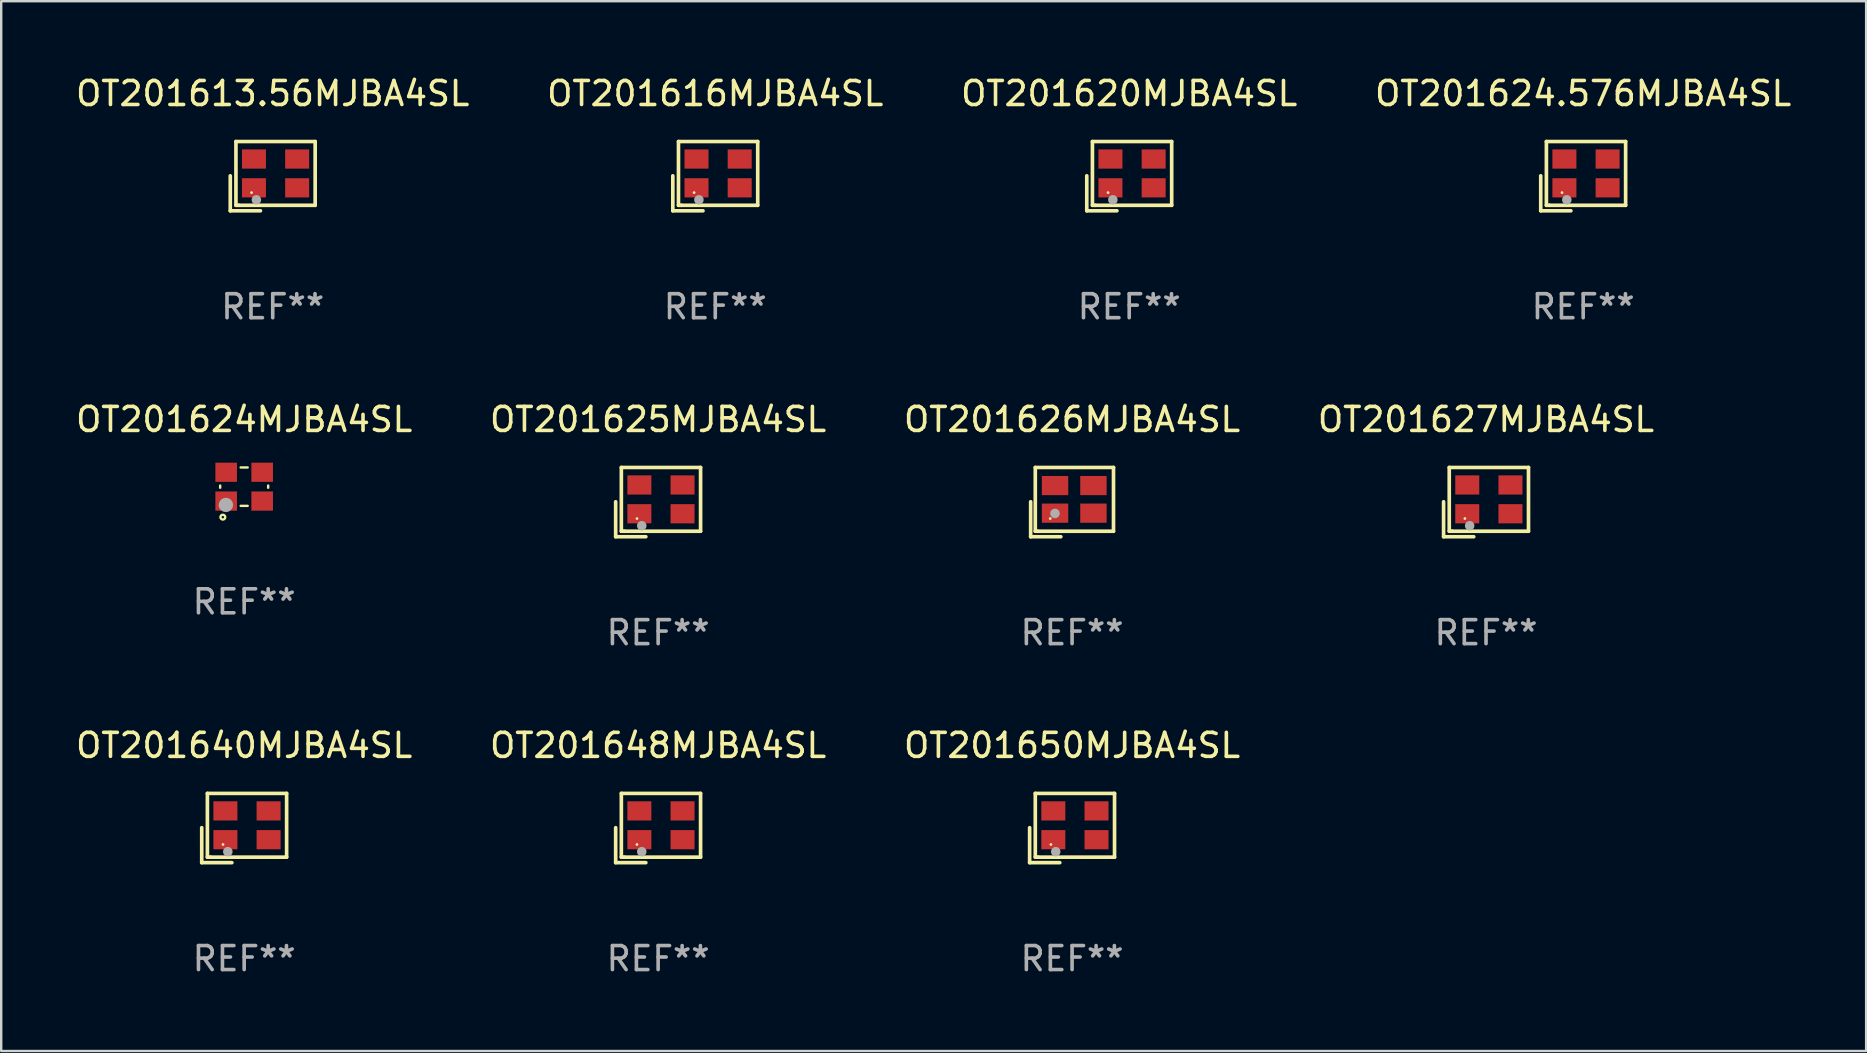
<source format=kicad_pcb>
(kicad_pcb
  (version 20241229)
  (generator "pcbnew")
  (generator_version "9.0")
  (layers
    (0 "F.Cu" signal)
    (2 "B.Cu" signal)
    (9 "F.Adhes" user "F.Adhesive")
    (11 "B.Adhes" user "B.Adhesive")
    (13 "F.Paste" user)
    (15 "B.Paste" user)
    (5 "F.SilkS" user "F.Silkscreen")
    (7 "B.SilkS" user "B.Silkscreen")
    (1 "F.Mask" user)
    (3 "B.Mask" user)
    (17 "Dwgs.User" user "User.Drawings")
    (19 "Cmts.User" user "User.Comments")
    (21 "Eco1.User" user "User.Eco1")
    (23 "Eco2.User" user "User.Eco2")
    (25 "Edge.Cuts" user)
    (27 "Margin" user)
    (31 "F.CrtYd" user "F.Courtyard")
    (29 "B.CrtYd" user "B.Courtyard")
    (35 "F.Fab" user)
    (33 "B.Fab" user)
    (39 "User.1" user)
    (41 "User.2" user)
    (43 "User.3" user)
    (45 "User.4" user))
  (footprint "OT201626MJBA4SL"
    (layer "F.Cu")
    (at 41.625 17.873)
    (property "Reference" "OT201626MJBA4SL" (at 0 -3.443 0) (layer "F.SilkS") (effects (font (size 1 1) (thickness 0.15))))
    (attr through_hole)
    (fp_line (start -1.726 -0.015) (end -1.726 1.443) (stroke (width 0.152) (type solid)) (layer "F.SilkS"))
    (fp_line (start -1.726 1.443) (end -0.469 1.443) (stroke (width 0.152) (type solid)) (layer "F.SilkS"))
    (fp_line (start -1.533 -1.443) (end 1.726 -1.443) (stroke (width 0.152) (type solid)) (layer "F.SilkS"))
    (fp_line (start -1.533 1.214) (end -1.533 -1.443) (stroke (width 0.152) (type solid)) (layer "F.SilkS"))
    (fp_line (start -1.439 1.214) (end -1.533 1.214) (stroke (width 0.152) (type solid)) (layer "F.SilkS"))
    (fp_line (start 1.726 -1.443) (end 1.726 1.214) (stroke (width 0.152) (type solid)) (layer "F.SilkS"))
    (fp_line (start 1.726 1.214) (end -1.439 1.214) (stroke (width 0.152) (type solid)) (layer "F.SilkS"))
    (fp_circle (center -0.91 0.686) (end -0.88 0.686) (stroke (width 0.06) (type solid)) (fill no) (layer "F.SilkS"))
    (fp_circle (center -0.713 0.472) (end -0.613 0.472) (stroke (width 0.2) (type solid)) (fill no) (layer "F.Fab"))
    (fp_text user "REF**" (at 0 5.443 0) (layer "F.Fab") (effects (font (size 1 1) (thickness 0.15))))
    (pad "1" smd rect (at -0.71 0.461) (size 1.1 0.8) (layers "F.Cu" "F.Mask" "F.Paste"))
    (pad "2" smd rect (at 0.89 0.461) (size 1.1 0.8) (layers "F.Cu" "F.Mask" "F.Paste"))
    (pad "3" smd rect (at 0.89 -0.689) (size 1.1 0.8) (layers "F.Cu" "F.Mask" "F.Paste"))
    (pad "4" smd rect (at -0.71 -0.689) (size 1.1 0.8) (layers "F.Cu" "F.Mask" "F.Paste")))
  (footprint "OT201625MJBA4SL"
    (layer "F.Cu")
    (at 24.375 17.873)
    (property "Reference" "OT201625MJBA4SL" (at 0 -3.443 0) (layer "F.SilkS") (effects (font (size 1 1) (thickness 0.15))))
    (attr through_hole)
    (fp_line (start -1.769 -0.014) (end -1.769 1.443) (stroke (width 0.152) (type solid)) (layer "F.SilkS"))
    (fp_line (start -1.769 1.443) (end -0.512 1.443) (stroke (width 0.152) (type solid)) (layer "F.SilkS"))
    (fp_line (start -1.533 -1.443) (end 1.769 -1.443) (stroke (width 0.152) (type solid)) (layer "F.SilkS"))
    (fp_line (start -1.533 1.214) (end -1.533 -1.443) (stroke (width 0.152) (type solid)) (layer "F.SilkS"))
    (fp_line (start -1.411 1.214) (end -1.533 1.214) (stroke (width 0.152) (type solid)) (layer "F.SilkS"))
    (fp_line (start 1.769 -1.443) (end 1.769 1.214) (stroke (width 0.152) (type solid)) (layer "F.SilkS"))
    (fp_line (start 1.769 1.214) (end -1.411 1.214) (stroke (width 0.152) (type solid)) (layer "F.SilkS"))
    (fp_circle (center -0.882 0.686) (end -0.852 0.686) (stroke (width 0.06) (type solid)) (fill no) (layer "F.SilkS"))
    (fp_circle (center -0.682 0.986) (end -0.582 0.986) (stroke (width 0.2) (type solid)) (fill no) (layer "F.Fab"))
    (fp_text user "REF**" (at 0 5.443 0) (layer "F.Fab") (effects (font (size 1 1) (thickness 0.15))))
    (pad "1" smd rect (at -0.782 0.486 90) (size 0.8 1) (layers "F.Cu" "F.Mask" "F.Paste"))
    (pad "2" smd rect (at 1.018 0.486 90) (size 0.8 1) (layers "F.Cu" "F.Mask" "F.Paste"))
    (pad "3" smd rect (at 1.018 -0.714 90) (size 0.8 1) (layers "F.Cu" "F.Mask" "F.Paste"))
    (pad "4" smd rect (at -0.782 -0.714 90) (size 0.8 1) (layers "F.Cu" "F.Mask" "F.Paste")))
  (footprint "OT201627MJBA4SL"
    (layer "F.Cu")
    (at 58.875 17.873)
    (property "Reference" "OT201627MJBA4SL" (at 0 -3.443 0) (layer "F.SilkS") (effects (font (size 1 1) (thickness 0.15))))
    (attr through_hole)
    (fp_line (start -1.769 -0.014) (end -1.769 1.443) (stroke (width 0.152) (type solid)) (layer "F.SilkS"))
    (fp_line (start -1.769 1.443) (end -0.512 1.443) (stroke (width 0.152) (type solid)) (layer "F.SilkS"))
    (fp_line (start -1.533 -1.443) (end 1.769 -1.443) (stroke (width 0.152) (type solid)) (layer "F.SilkS"))
    (fp_line (start -1.533 1.214) (end -1.533 -1.443) (stroke (width 0.152) (type solid)) (layer "F.SilkS"))
    (fp_line (start -1.411 1.214) (end -1.533 1.214) (stroke (width 0.152) (type solid)) (layer "F.SilkS"))
    (fp_line (start 1.769 -1.443) (end 1.769 1.214) (stroke (width 0.152) (type solid)) (layer "F.SilkS"))
    (fp_line (start 1.769 1.214) (end -1.411 1.214) (stroke (width 0.152) (type solid)) (layer "F.SilkS"))
    (fp_circle (center -0.882 0.686) (end -0.852 0.686) (stroke (width 0.06) (type solid)) (fill no) (layer "F.SilkS"))
    (fp_circle (center -0.682 0.986) (end -0.582 0.986) (stroke (width 0.2) (type solid)) (fill no) (layer "F.Fab"))
    (fp_text user "REF**" (at 0 5.443 0) (layer "F.Fab") (effects (font (size 1 1) (thickness 0.15))))
    (pad "1" smd rect (at -0.782 0.486 90) (size 0.8 1) (layers "F.Cu" "F.Mask" "F.Paste"))
    (pad "2" smd rect (at 1.018 0.486 90) (size 0.8 1) (layers "F.Cu" "F.Mask" "F.Paste"))
    (pad "3" smd rect (at 1.018 -0.714 90) (size 0.8 1) (layers "F.Cu" "F.Mask" "F.Paste"))
    (pad "4" smd rect (at -0.782 -0.714 90) (size 0.8 1) (layers "F.Cu" "F.Mask" "F.Paste")))
  (footprint "OT201624.576MJBA4SL"
    (layer "F.Cu")
    (at 62.923 4.291)
    (property "Reference" "OT201624.576MJBA4SL" (at 0 -3.443 0) (layer "F.SilkS") (effects (font (size 1 1) (thickness 0.15))))
    (attr through_hole)
    (fp_line (start -1.769 -0.014) (end -1.769 1.443) (stroke (width 0.152) (type solid)) (layer "F.SilkS"))
    (fp_line (start -1.769 1.443) (end -0.512 1.443) (stroke (width 0.152) (type solid)) (layer "F.SilkS"))
    (fp_line (start -1.533 -1.443) (end 1.769 -1.443) (stroke (width 0.152) (type solid)) (layer "F.SilkS"))
    (fp_line (start -1.533 1.214) (end -1.533 -1.443) (stroke (width 0.152) (type solid)) (layer "F.SilkS"))
    (fp_line (start -1.411 1.214) (end -1.533 1.214) (stroke (width 0.152) (type solid)) (layer "F.SilkS"))
    (fp_line (start 1.769 -1.443) (end 1.769 1.214) (stroke (width 0.152) (type solid)) (layer "F.SilkS"))
    (fp_line (start 1.769 1.214) (end -1.411 1.214) (stroke (width 0.152) (type solid)) (layer "F.SilkS"))
    (fp_circle (center -0.882 0.686) (end -0.852 0.686) (stroke (width 0.06) (type solid)) (fill no) (layer "F.SilkS"))
    (fp_circle (center -0.682 0.986) (end -0.582 0.986) (stroke (width 0.2) (type solid)) (fill no) (layer "F.Fab"))
    (fp_text user "REF**" (at 0 5.443 0) (layer "F.Fab") (effects (font (size 1 1) (thickness 0.15))))
    (pad "1" smd rect (at -0.782 0.486 90) (size 0.8 1) (layers "F.Cu" "F.Mask" "F.Paste"))
    (pad "2" smd rect (at 1.018 0.486 90) (size 0.8 1) (layers "F.Cu" "F.Mask" "F.Paste"))
    (pad "3" smd rect (at 1.018 -0.714 90) (size 0.8 1) (layers "F.Cu" "F.Mask" "F.Paste"))
    (pad "4" smd rect (at -0.782 -0.714 90) (size 0.8 1) (layers "F.Cu" "F.Mask" "F.Paste")))
  (footprint "OT201624MJBA4SL"
    (layer "F.Cu")
    (at 7.125 17.23)
    (property "Reference" "OT201624MJBA4SL" (at 0 -2.8 0) (layer "F.SilkS") (effects (font (size 1 1) (thickness 0.15))))
    (attr through_hole)
    (fp_line (start -1 -0.046) (end -1 0.046) (stroke (width 0.1) (type solid)) (layer "F.SilkS"))
    (fp_line (start -0.146 -0.8) (end 0.146 -0.8) (stroke (width 0.1) (type solid)) (layer "F.SilkS"))
    (fp_line (start -0.146 0.8) (end 0.146 0.8) (stroke (width 0.1) (type solid)) (layer "F.SilkS"))
    (fp_line (start 1 -0.046) (end 1 0.046) (stroke (width 0.1) (type solid)) (layer "F.SilkS"))
    (fp_circle (center -1 0.8) (end -0.97 0.8) (stroke (width 0.06) (type solid)) (fill no) (layer "F.SilkS"))
    (fp_circle (center -0.889 1.27) (end -0.789 1.27) (stroke (width 0.1) (type solid)) (fill no) (layer "F.SilkS"))
    (fp_circle (center -0.762 0.762) (end -0.612 0.762) (stroke (width 0.3) (type solid)) (fill no) (layer "F.Fab"))
    (fp_text user "REF**" (at 0 4.8 0) (layer "F.Fab") (effects (font (size 1 1) (thickness 0.15))))
    (pad "1" smd rect (at -0.75 0.6) (size 0.9 0.8) (layers "F.Cu" "F.Mask" "F.Paste"))
    (pad "2" smd rect (at 0.75 0.6) (size 0.9 0.8) (layers "F.Cu" "F.Mask" "F.Paste"))
    (pad "3" smd rect (at 0.75 -0.6) (size 0.9 0.8) (layers "F.Cu" "F.Mask" "F.Paste"))
    (pad "4" smd rect (at -0.75 -0.6) (size 0.9 0.8) (layers "F.Cu" "F.Mask" "F.Paste")))
  (footprint "OT201640MJBA4SL"
    (layer "F.Cu")
    (at 7.125 31.455)
    (property "Reference" "OT201640MJBA4SL" (at 0 -3.443 0) (layer "F.SilkS") (effects (font (size 1 1) (thickness 0.15))))
    (attr through_hole)
    (fp_line (start -1.769 -0.014) (end -1.769 1.443) (stroke (width 0.152) (type solid)) (layer "F.SilkS"))
    (fp_line (start -1.769 1.443) (end -0.512 1.443) (stroke (width 0.152) (type solid)) (layer "F.SilkS"))
    (fp_line (start -1.533 -1.443) (end 1.769 -1.443) (stroke (width 0.152) (type solid)) (layer "F.SilkS"))
    (fp_line (start -1.533 1.214) (end -1.533 -1.443) (stroke (width 0.152) (type solid)) (layer "F.SilkS"))
    (fp_line (start -1.411 1.214) (end -1.533 1.214) (stroke (width 0.152) (type solid)) (layer "F.SilkS"))
    (fp_line (start 1.769 -1.443) (end 1.769 1.214) (stroke (width 0.152) (type solid)) (layer "F.SilkS"))
    (fp_line (start 1.769 1.214) (end -1.411 1.214) (stroke (width 0.152) (type solid)) (layer "F.SilkS"))
    (fp_circle (center -0.882 0.686) (end -0.852 0.686) (stroke (width 0.06) (type solid)) (fill no) (layer "F.SilkS"))
    (fp_circle (center -0.682 0.986) (end -0.582 0.986) (stroke (width 0.2) (type solid)) (fill no) (layer "F.Fab"))
    (fp_text user "REF**" (at 0 5.443 0) (layer "F.Fab") (effects (font (size 1 1) (thickness 0.15))))
    (pad "1" smd rect (at -0.782 0.486 90) (size 0.8 1) (layers "F.Cu" "F.Mask" "F.Paste"))
    (pad "2" smd rect (at 1.018 0.486 90) (size 0.8 1) (layers "F.Cu" "F.Mask" "F.Paste"))
    (pad "3" smd rect (at 1.018 -0.714 90) (size 0.8 1) (layers "F.Cu" "F.Mask" "F.Paste"))
    (pad "4" smd rect (at -0.782 -0.714 90) (size 0.8 1) (layers "F.Cu" "F.Mask" "F.Paste")))
  (footprint "OT201620MJBA4SL"
    (layer "F.Cu")
    (at 44.006 4.291)
    (property "Reference" "OT201620MJBA4SL" (at 0 -3.443 0) (layer "F.SilkS") (effects (font (size 1 1) (thickness 0.15))))
    (attr through_hole)
    (fp_line (start -1.769 -0.014) (end -1.769 1.443) (stroke (width 0.152) (type solid)) (layer "F.SilkS"))
    (fp_line (start -1.769 1.443) (end -0.512 1.443) (stroke (width 0.152) (type solid)) (layer "F.SilkS"))
    (fp_line (start -1.533 -1.443) (end 1.769 -1.443) (stroke (width 0.152) (type solid)) (layer "F.SilkS"))
    (fp_line (start -1.533 1.214) (end -1.533 -1.443) (stroke (width 0.152) (type solid)) (layer "F.SilkS"))
    (fp_line (start -1.411 1.214) (end -1.533 1.214) (stroke (width 0.152) (type solid)) (layer "F.SilkS"))
    (fp_line (start 1.769 -1.443) (end 1.769 1.214) (stroke (width 0.152) (type solid)) (layer "F.SilkS"))
    (fp_line (start 1.769 1.214) (end -1.411 1.214) (stroke (width 0.152) (type solid)) (layer "F.SilkS"))
    (fp_circle (center -0.882 0.686) (end -0.852 0.686) (stroke (width 0.06) (type solid)) (fill no) (layer "F.SilkS"))
    (fp_circle (center -0.682 0.986) (end -0.582 0.986) (stroke (width 0.2) (type solid)) (fill no) (layer "F.Fab"))
    (fp_text user "REF**" (at 0 5.443 0) (layer "F.Fab") (effects (font (size 1 1) (thickness 0.15))))
    (pad "1" smd rect (at -0.782 0.486 90) (size 0.8 1) (layers "F.Cu" "F.Mask" "F.Paste"))
    (pad "2" smd rect (at 1.018 0.486 90) (size 0.8 1) (layers "F.Cu" "F.Mask" "F.Paste"))
    (pad "3" smd rect (at 1.018 -0.714 90) (size 0.8 1) (layers "F.Cu" "F.Mask" "F.Paste"))
    (pad "4" smd rect (at -0.782 -0.714 90) (size 0.8 1) (layers "F.Cu" "F.Mask" "F.Paste")))
  (footprint "OT201650MJBA4SL"
    (layer "F.Cu")
    (at 41.625 31.455)
    (property "Reference" "OT201650MJBA4SL" (at 0 -3.443 0) (layer "F.SilkS") (effects (font (size 1 1) (thickness 0.15))))
    (attr through_hole)
    (fp_line (start -1.769 -0.014) (end -1.769 1.443) (stroke (width 0.152) (type solid)) (layer "F.SilkS"))
    (fp_line (start -1.769 1.443) (end -0.512 1.443) (stroke (width 0.152) (type solid)) (layer "F.SilkS"))
    (fp_line (start -1.533 -1.443) (end 1.769 -1.443) (stroke (width 0.152) (type solid)) (layer "F.SilkS"))
    (fp_line (start -1.533 1.214) (end -1.533 -1.443) (stroke (width 0.152) (type solid)) (layer "F.SilkS"))
    (fp_line (start -1.411 1.214) (end -1.533 1.214) (stroke (width 0.152) (type solid)) (layer "F.SilkS"))
    (fp_line (start 1.769 -1.443) (end 1.769 1.214) (stroke (width 0.152) (type solid)) (layer "F.SilkS"))
    (fp_line (start 1.769 1.214) (end -1.411 1.214) (stroke (width 0.152) (type solid)) (layer "F.SilkS"))
    (fp_circle (center -0.882 0.686) (end -0.852 0.686) (stroke (width 0.06) (type solid)) (fill no) (layer "F.SilkS"))
    (fp_circle (center -0.682 0.986) (end -0.582 0.986) (stroke (width 0.2) (type solid)) (fill no) (layer "F.Fab"))
    (fp_text user "REF**" (at 0 5.443 0) (layer "F.Fab") (effects (font (size 1 1) (thickness 0.15))))
    (pad "1" smd rect (at -0.782 0.486 90) (size 0.8 1) (layers "F.Cu" "F.Mask" "F.Paste"))
    (pad "2" smd rect (at 1.018 0.486 90) (size 0.8 1) (layers "F.Cu" "F.Mask" "F.Paste"))
    (pad "3" smd rect (at 1.018 -0.714 90) (size 0.8 1) (layers "F.Cu" "F.Mask" "F.Paste"))
    (pad "4" smd rect (at -0.782 -0.714 90) (size 0.8 1) (layers "F.Cu" "F.Mask" "F.Paste")))
  (footprint "OT201616MJBA4SL"
    (layer "F.Cu")
    (at 26.756 4.291)
    (property "Reference" "OT201616MJBA4SL" (at 0 -3.443 0) (layer "F.SilkS") (effects (font (size 1 1) (thickness 0.15))))
    (attr through_hole)
    (fp_line (start -1.769 -0.014) (end -1.769 1.443) (stroke (width 0.152) (type solid)) (layer "F.SilkS"))
    (fp_line (start -1.769 1.443) (end -0.512 1.443) (stroke (width 0.152) (type solid)) (layer "F.SilkS"))
    (fp_line (start -1.533 -1.443) (end 1.769 -1.443) (stroke (width 0.152) (type solid)) (layer "F.SilkS"))
    (fp_line (start -1.533 1.214) (end -1.533 -1.443) (stroke (width 0.152) (type solid)) (layer "F.SilkS"))
    (fp_line (start -1.411 1.214) (end -1.533 1.214) (stroke (width 0.152) (type solid)) (layer "F.SilkS"))
    (fp_line (start 1.769 -1.443) (end 1.769 1.214) (stroke (width 0.152) (type solid)) (layer "F.SilkS"))
    (fp_line (start 1.769 1.214) (end -1.411 1.214) (stroke (width 0.152) (type solid)) (layer "F.SilkS"))
    (fp_circle (center -0.882 0.686) (end -0.852 0.686) (stroke (width 0.06) (type solid)) (fill no) (layer "F.SilkS"))
    (fp_circle (center -0.682 0.986) (end -0.582 0.986) (stroke (width 0.2) (type solid)) (fill no) (layer "F.Fab"))
    (fp_text user "REF**" (at 0 5.443 0) (layer "F.Fab") (effects (font (size 1 1) (thickness 0.15))))
    (pad "1" smd rect (at -0.782 0.486 90) (size 0.8 1) (layers "F.Cu" "F.Mask" "F.Paste"))
    (pad "2" smd rect (at 1.018 0.486 90) (size 0.8 1) (layers "F.Cu" "F.Mask" "F.Paste"))
    (pad "3" smd rect (at 1.018 -0.714 90) (size 0.8 1) (layers "F.Cu" "F.Mask" "F.Paste"))
    (pad "4" smd rect (at -0.782 -0.714 90) (size 0.8 1) (layers "F.Cu" "F.Mask" "F.Paste")))
  (footprint "OT201648MJBA4SL"
    (layer "F.Cu")
    (at 24.375 31.455)
    (property "Reference" "OT201648MJBA4SL" (at 0 -3.443 0) (layer "F.SilkS") (effects (font (size 1 1) (thickness 0.15))))
    (attr through_hole)
    (fp_line (start -1.769 -0.014) (end -1.769 1.443) (stroke (width 0.152) (type solid)) (layer "F.SilkS"))
    (fp_line (start -1.769 1.443) (end -0.512 1.443) (stroke (width 0.152) (type solid)) (layer "F.SilkS"))
    (fp_line (start -1.533 -1.443) (end 1.769 -1.443) (stroke (width 0.152) (type solid)) (layer "F.SilkS"))
    (fp_line (start -1.533 1.214) (end -1.533 -1.443) (stroke (width 0.152) (type solid)) (layer "F.SilkS"))
    (fp_line (start -1.411 1.214) (end -1.533 1.214) (stroke (width 0.152) (type solid)) (layer "F.SilkS"))
    (fp_line (start 1.769 -1.443) (end 1.769 1.214) (stroke (width 0.152) (type solid)) (layer "F.SilkS"))
    (fp_line (start 1.769 1.214) (end -1.411 1.214) (stroke (width 0.152) (type solid)) (layer "F.SilkS"))
    (fp_circle (center -0.882 0.686) (end -0.852 0.686) (stroke (width 0.06) (type solid)) (fill no) (layer "F.SilkS"))
    (fp_circle (center -0.682 0.986) (end -0.582 0.986) (stroke (width 0.2) (type solid)) (fill no) (layer "F.Fab"))
    (fp_text user "REF**" (at 0 5.443 0) (layer "F.Fab") (effects (font (size 1 1) (thickness 0.15))))
    (pad "1" smd rect (at -0.782 0.486 90) (size 0.8 1) (layers "F.Cu" "F.Mask" "F.Paste"))
    (pad "2" smd rect (at 1.018 0.486 90) (size 0.8 1) (layers "F.Cu" "F.Mask" "F.Paste"))
    (pad "3" smd rect (at 1.018 -0.714 90) (size 0.8 1) (layers "F.Cu" "F.Mask" "F.Paste"))
    (pad "4" smd rect (at -0.782 -0.714 90) (size 0.8 1) (layers "F.Cu" "F.Mask" "F.Paste")))
  (footprint "OT201613.56MJBA4SL"
    (layer "F.Cu")
    (at 8.315 4.291)
    (property "Reference" "OT201613.56MJBA4SL" (at 0 -3.443 0) (layer "F.SilkS") (effects (font (size 1 1) (thickness 0.15))))
    (attr through_hole)
    (fp_line (start -1.769 -0.014) (end -1.769 1.443) (stroke (width 0.152) (type solid)) (layer "F.SilkS"))
    (fp_line (start -1.769 1.443) (end -0.512 1.443) (stroke (width 0.152) (type solid)) (layer "F.SilkS"))
    (fp_line (start -1.533 -1.443) (end 1.769 -1.443) (stroke (width 0.152) (type solid)) (layer "F.SilkS"))
    (fp_line (start -1.533 1.214) (end -1.533 -1.443) (stroke (width 0.152) (type solid)) (layer "F.SilkS"))
    (fp_line (start -1.411 1.214) (end -1.533 1.214) (stroke (width 0.152) (type solid)) (layer "F.SilkS"))
    (fp_line (start 1.769 -1.443) (end 1.769 1.214) (stroke (width 0.152) (type solid)) (layer "F.SilkS"))
    (fp_line (start 1.769 1.214) (end -1.411 1.214) (stroke (width 0.152) (type solid)) (layer "F.SilkS"))
    (fp_circle (center -0.882 0.686) (end -0.852 0.686) (stroke (width 0.06) (type solid)) (fill no) (layer "F.SilkS"))
    (fp_circle (center -0.682 0.986) (end -0.582 0.986) (stroke (width 0.2) (type solid)) (fill no) (layer "F.Fab"))
    (fp_text user "REF**" (at 0 5.443 0) (layer "F.Fab") (effects (font (size 1 1) (thickness 0.15))))
    (pad "1" smd rect (at -0.782 0.486 90) (size 0.8 1) (layers "F.Cu" "F.Mask" "F.Paste"))
    (pad "2" smd rect (at 1.018 0.486 90) (size 0.8 1) (layers "F.Cu" "F.Mask" "F.Paste"))
    (pad "3" smd rect (at 1.018 -0.714 90) (size 0.8 1) (layers "F.Cu" "F.Mask" "F.Paste"))
    (pad "4" smd rect (at -0.782 -0.714 90) (size 0.8 1) (layers "F.Cu" "F.Mask" "F.Paste")))
  (gr_rect
    (start -3 -3)
    (end 74.714 40.746)
    (stroke (width 0.1) (type default))
    (fill no)
    (layer "Edge.Cuts")))
</source>
